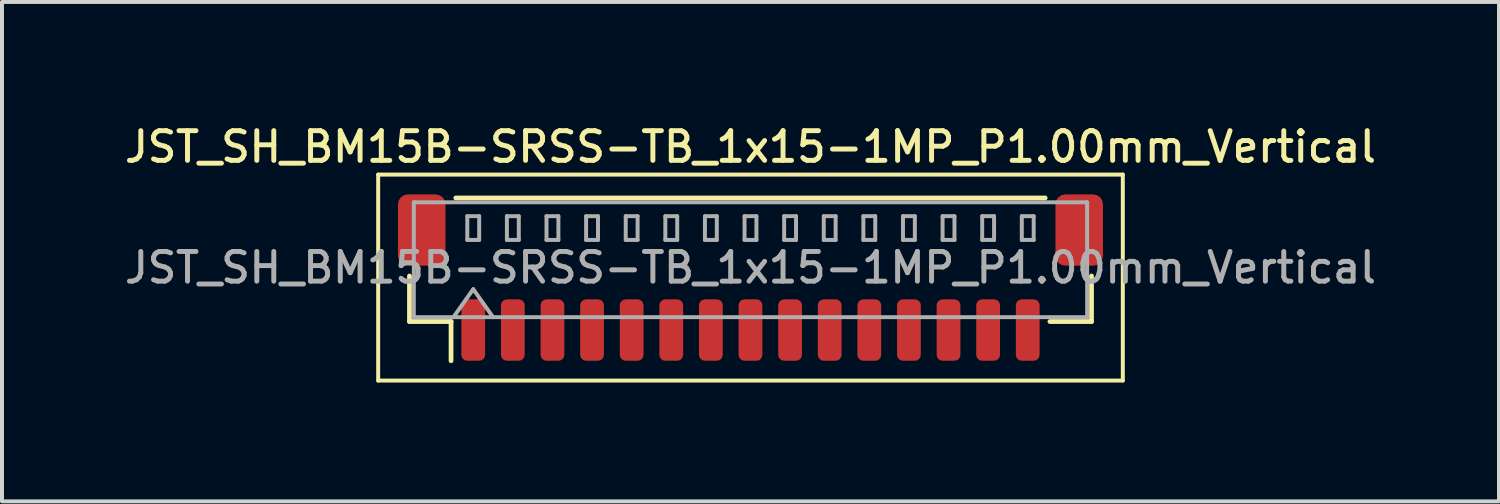
<source format=kicad_pcb>
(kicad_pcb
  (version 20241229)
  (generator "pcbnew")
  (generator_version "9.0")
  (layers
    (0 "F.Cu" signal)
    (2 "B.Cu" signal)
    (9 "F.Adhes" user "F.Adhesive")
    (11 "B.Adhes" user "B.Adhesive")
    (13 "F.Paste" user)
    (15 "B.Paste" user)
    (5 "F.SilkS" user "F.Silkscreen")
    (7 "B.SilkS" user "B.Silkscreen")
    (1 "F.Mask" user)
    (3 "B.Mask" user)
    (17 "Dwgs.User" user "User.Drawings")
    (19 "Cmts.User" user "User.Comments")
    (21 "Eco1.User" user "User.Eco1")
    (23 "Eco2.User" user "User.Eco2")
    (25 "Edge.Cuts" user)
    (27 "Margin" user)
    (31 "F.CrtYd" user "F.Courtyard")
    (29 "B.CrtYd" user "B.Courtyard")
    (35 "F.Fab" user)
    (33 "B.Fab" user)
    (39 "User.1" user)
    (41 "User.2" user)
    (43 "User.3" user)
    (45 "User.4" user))
  (footprint "JST_SH_BM15B-SRSS-TB_1x15-1MP_P1.00mm_Vertical"
    (layer "F.Cu")
    (at 15.898 3.958)
    (property "Reference" "JST_SH_BM15B-SRSS-TB_1x15-1MP_P1.00mm_Vertical" (at 0 -3.3 0) (layer "F.SilkS") (effects (font (size 0.75 0.75) (thickness 0.125))))
    (attr smd)
    (fp_line (start -9.4 -2.6) (end -9.4 2.6) (stroke (width 0.1) (type solid)) (layer "F.SilkS"))
    (fp_line (start -9.4 2.6) (end 9.4 2.6) (stroke (width 0.1) (type solid)) (layer "F.SilkS"))
    (fp_line (start -8.61 -0.04) (end -8.61 1.11) (stroke (width 0.12) (type solid)) (layer "F.SilkS"))
    (fp_line (start -8.61 1.11) (end -7.56 1.11) (stroke (width 0.12) (type solid)) (layer "F.SilkS"))
    (fp_line (start -7.56 1.11) (end -7.56 2.1) (stroke (width 0.12) (type solid)) (layer "F.SilkS"))
    (fp_line (start -7.44 -2.01) (end 7.44 -2.01) (stroke (width 0.12) (type solid)) (layer "F.SilkS"))
    (fp_line (start 8.61 -0.04) (end 8.61 1.11) (stroke (width 0.12) (type solid)) (layer "F.SilkS"))
    (fp_line (start 8.61 1.11) (end 7.56 1.11) (stroke (width 0.12) (type solid)) (layer "F.SilkS"))
    (fp_line (start 9.4 -2.6) (end -9.4 -2.6) (stroke (width 0.1) (type solid)) (layer "F.SilkS"))
    (fp_line (start 9.4 2.6) (end 9.4 -2.6) (stroke (width 0.1) (type solid)) (layer "F.SilkS"))
    (fp_line (start -8.5 -1.9) (end 8.5 -1.9) (stroke (width 0.1) (type solid)) (layer "F.Fab"))
    (fp_line (start -8.5 1) (end -8.5 -1.9) (stroke (width 0.1) (type solid)) (layer "F.Fab"))
    (fp_line (start -8.5 1) (end 8.5 1) (stroke (width 0.1) (type solid)) (layer "F.Fab"))
    (fp_line (start -7.5 1) (end -7 0.293) (stroke (width 0.1) (type solid)) (layer "F.Fab"))
    (fp_line (start -7.15 -1.55) (end -7.15 -0.95) (stroke (width 0.1) (type solid)) (layer "F.Fab"))
    (fp_line (start -7.15 -0.95) (end -6.85 -0.95) (stroke (width 0.1) (type solid)) (layer "F.Fab"))
    (fp_line (start -7 0.293) (end -6.5 1) (stroke (width 0.1) (type solid)) (layer "F.Fab"))
    (fp_line (start -6.85 -1.55) (end -7.15 -1.55) (stroke (width 0.1) (type solid)) (layer "F.Fab"))
    (fp_line (start -6.85 -0.95) (end -6.85 -1.55) (stroke (width 0.1) (type solid)) (layer "F.Fab"))
    (fp_line (start -6.15 -1.55) (end -6.15 -0.95) (stroke (width 0.1) (type solid)) (layer "F.Fab"))
    (fp_line (start -6.15 -0.95) (end -5.85 -0.95) (stroke (width 0.1) (type solid)) (layer "F.Fab"))
    (fp_line (start -5.85 -1.55) (end -6.15 -1.55) (stroke (width 0.1) (type solid)) (layer "F.Fab"))
    (fp_line (start -5.85 -0.95) (end -5.85 -1.55) (stroke (width 0.1) (type solid)) (layer "F.Fab"))
    (fp_line (start -5.15 -1.55) (end -5.15 -0.95) (stroke (width 0.1) (type solid)) (layer "F.Fab"))
    (fp_line (start -5.15 -0.95) (end -4.85 -0.95) (stroke (width 0.1) (type solid)) (layer "F.Fab"))
    (fp_line (start -4.85 -1.55) (end -5.15 -1.55) (stroke (width 0.1) (type solid)) (layer "F.Fab"))
    (fp_line (start -4.85 -0.95) (end -4.85 -1.55) (stroke (width 0.1) (type solid)) (layer "F.Fab"))
    (fp_line (start -4.15 -1.55) (end -4.15 -0.95) (stroke (width 0.1) (type solid)) (layer "F.Fab"))
    (fp_line (start -4.15 -0.95) (end -3.85 -0.95) (stroke (width 0.1) (type solid)) (layer "F.Fab"))
    (fp_line (start -3.85 -1.55) (end -4.15 -1.55) (stroke (width 0.1) (type solid)) (layer "F.Fab"))
    (fp_line (start -3.85 -0.95) (end -3.85 -1.55) (stroke (width 0.1) (type solid)) (layer "F.Fab"))
    (fp_line (start -3.15 -1.55) (end -3.15 -0.95) (stroke (width 0.1) (type solid)) (layer "F.Fab"))
    (fp_line (start -3.15 -0.95) (end -2.85 -0.95) (stroke (width 0.1) (type solid)) (layer "F.Fab"))
    (fp_line (start -2.85 -1.55) (end -3.15 -1.55) (stroke (width 0.1) (type solid)) (layer "F.Fab"))
    (fp_line (start -2.85 -0.95) (end -2.85 -1.55) (stroke (width 0.1) (type solid)) (layer "F.Fab"))
    (fp_line (start -2.15 -1.55) (end -2.15 -0.95) (stroke (width 0.1) (type solid)) (layer "F.Fab"))
    (fp_line (start -2.15 -0.95) (end -1.85 -0.95) (stroke (width 0.1) (type solid)) (layer "F.Fab"))
    (fp_line (start -1.85 -1.55) (end -2.15 -1.55) (stroke (width 0.1) (type solid)) (layer "F.Fab"))
    (fp_line (start -1.85 -0.95) (end -1.85 -1.55) (stroke (width 0.1) (type solid)) (layer "F.Fab"))
    (fp_line (start -1.15 -1.55) (end -1.15 -0.95) (stroke (width 0.1) (type solid)) (layer "F.Fab"))
    (fp_line (start -1.15 -0.95) (end -0.85 -0.95) (stroke (width 0.1) (type solid)) (layer "F.Fab"))
    (fp_line (start -0.85 -1.55) (end -1.15 -1.55) (stroke (width 0.1) (type solid)) (layer "F.Fab"))
    (fp_line (start -0.85 -0.95) (end -0.85 -1.55) (stroke (width 0.1) (type solid)) (layer "F.Fab"))
    (fp_line (start -0.15 -1.55) (end -0.15 -0.95) (stroke (width 0.1) (type solid)) (layer "F.Fab"))
    (fp_line (start -0.15 -0.95) (end 0.15 -0.95) (stroke (width 0.1) (type solid)) (layer "F.Fab"))
    (fp_line (start 0.15 -1.55) (end -0.15 -1.55) (stroke (width 0.1) (type solid)) (layer "F.Fab"))
    (fp_line (start 0.15 -0.95) (end 0.15 -1.55) (stroke (width 0.1) (type solid)) (layer "F.Fab"))
    (fp_line (start 0.85 -1.55) (end 0.85 -0.95) (stroke (width 0.1) (type solid)) (layer "F.Fab"))
    (fp_line (start 0.85 -0.95) (end 1.15 -0.95) (stroke (width 0.1) (type solid)) (layer "F.Fab"))
    (fp_line (start 1.15 -1.55) (end 0.85 -1.55) (stroke (width 0.1) (type solid)) (layer "F.Fab"))
    (fp_line (start 1.15 -0.95) (end 1.15 -1.55) (stroke (width 0.1) (type solid)) (layer "F.Fab"))
    (fp_line (start 1.85 -1.55) (end 1.85 -0.95) (stroke (width 0.1) (type solid)) (layer "F.Fab"))
    (fp_line (start 1.85 -0.95) (end 2.15 -0.95) (stroke (width 0.1) (type solid)) (layer "F.Fab"))
    (fp_line (start 2.15 -1.55) (end 1.85 -1.55) (stroke (width 0.1) (type solid)) (layer "F.Fab"))
    (fp_line (start 2.15 -0.95) (end 2.15 -1.55) (stroke (width 0.1) (type solid)) (layer "F.Fab"))
    (fp_line (start 2.85 -1.55) (end 2.85 -0.95) (stroke (width 0.1) (type solid)) (layer "F.Fab"))
    (fp_line (start 2.85 -0.95) (end 3.15 -0.95) (stroke (width 0.1) (type solid)) (layer "F.Fab"))
    (fp_line (start 3.15 -1.55) (end 2.85 -1.55) (stroke (width 0.1) (type solid)) (layer "F.Fab"))
    (fp_line (start 3.15 -0.95) (end 3.15 -1.55) (stroke (width 0.1) (type solid)) (layer "F.Fab"))
    (fp_line (start 3.85 -1.55) (end 3.85 -0.95) (stroke (width 0.1) (type solid)) (layer "F.Fab"))
    (fp_line (start 3.85 -0.95) (end 4.15 -0.95) (stroke (width 0.1) (type solid)) (layer "F.Fab"))
    (fp_line (start 4.15 -1.55) (end 3.85 -1.55) (stroke (width 0.1) (type solid)) (layer "F.Fab"))
    (fp_line (start 4.15 -0.95) (end 4.15 -1.55) (stroke (width 0.1) (type solid)) (layer "F.Fab"))
    (fp_line (start 4.85 -1.55) (end 4.85 -0.95) (stroke (width 0.1) (type solid)) (layer "F.Fab"))
    (fp_line (start 4.85 -0.95) (end 5.15 -0.95) (stroke (width 0.1) (type solid)) (layer "F.Fab"))
    (fp_line (start 5.15 -1.55) (end 4.85 -1.55) (stroke (width 0.1) (type solid)) (layer "F.Fab"))
    (fp_line (start 5.15 -0.95) (end 5.15 -1.55) (stroke (width 0.1) (type solid)) (layer "F.Fab"))
    (fp_line (start 5.85 -1.55) (end 5.85 -0.95) (stroke (width 0.1) (type solid)) (layer "F.Fab"))
    (fp_line (start 5.85 -0.95) (end 6.15 -0.95) (stroke (width 0.1) (type solid)) (layer "F.Fab"))
    (fp_line (start 6.15 -1.55) (end 5.85 -1.55) (stroke (width 0.1) (type solid)) (layer "F.Fab"))
    (fp_line (start 6.15 -0.95) (end 6.15 -1.55) (stroke (width 0.1) (type solid)) (layer "F.Fab"))
    (fp_line (start 6.85 -1.55) (end 6.85 -0.95) (stroke (width 0.1) (type solid)) (layer "F.Fab"))
    (fp_line (start 6.85 -0.95) (end 7.15 -0.95) (stroke (width 0.1) (type solid)) (layer "F.Fab"))
    (fp_line (start 7.15 -1.55) (end 6.85 -1.55) (stroke (width 0.1) (type solid)) (layer "F.Fab"))
    (fp_line (start 7.15 -0.95) (end 7.15 -1.55) (stroke (width 0.1) (type solid)) (layer "F.Fab"))
    (fp_line (start 8.5 1) (end 8.5 -1.9) (stroke (width 0.1) (type solid)) (layer "F.Fab"))
    (fp_text user "${REFERENCE}" (at 0 -0.25 0) (layer "F.Fab") (effects (font (size 0.75 0.75) (thickness 0.125))))
    (pad "1" smd roundrect (at -7 1.325) (size 0.6 1.55) (layers "F.Cu" "F.Mask" "F.Paste") (roundrect_rratio 0.25))
    (pad "2" smd roundrect (at -6 1.325) (size 0.6 1.55) (layers "F.Cu" "F.Mask" "F.Paste") (roundrect_rratio 0.25))
    (pad "3" smd roundrect (at -5 1.325) (size 0.6 1.55) (layers "F.Cu" "F.Mask" "F.Paste") (roundrect_rratio 0.25))
    (pad "4" smd roundrect (at -4 1.325) (size 0.6 1.55) (layers "F.Cu" "F.Mask" "F.Paste") (roundrect_rratio 0.25))
    (pad "5" smd roundrect (at -3 1.325) (size 0.6 1.55) (layers "F.Cu" "F.Mask" "F.Paste") (roundrect_rratio 0.25))
    (pad "6" smd roundrect (at -2 1.325) (size 0.6 1.55) (layers "F.Cu" "F.Mask" "F.Paste") (roundrect_rratio 0.25))
    (pad "7" smd roundrect (at -1 1.325) (size 0.6 1.55) (layers "F.Cu" "F.Mask" "F.Paste") (roundrect_rratio 0.25))
    (pad "8" smd roundrect (at 0 1.325) (size 0.6 1.55) (layers "F.Cu" "F.Mask" "F.Paste") (roundrect_rratio 0.25))
    (pad "9" smd roundrect (at 1 1.325) (size 0.6 1.55) (layers "F.Cu" "F.Mask" "F.Paste") (roundrect_rratio 0.25))
    (pad "10" smd roundrect (at 2 1.325) (size 0.6 1.55) (layers "F.Cu" "F.Mask" "F.Paste") (roundrect_rratio 0.25))
    (pad "11" smd roundrect (at 3 1.325) (size 0.6 1.55) (layers "F.Cu" "F.Mask" "F.Paste") (roundrect_rratio 0.25))
    (pad "12" smd roundrect (at 4 1.325) (size 0.6 1.55) (layers "F.Cu" "F.Mask" "F.Paste") (roundrect_rratio 0.25))
    (pad "13" smd roundrect (at 5 1.325) (size 0.6 1.55) (layers "F.Cu" "F.Mask" "F.Paste") (roundrect_rratio 0.25))
    (pad "14" smd roundrect (at 6 1.325) (size 0.6 1.55) (layers "F.Cu" "F.Mask" "F.Paste") (roundrect_rratio 0.25))
    (pad "15" smd roundrect (at 7 1.325) (size 0.6 1.55) (layers "F.Cu" "F.Mask" "F.Paste") (roundrect_rratio 0.25))
    (pad "MP" smd roundrect (at -8.3 -1.2) (size 1.2 1.8) (layers "F.Cu" "F.Mask" "F.Paste") (roundrect_rratio 0.208))
    (pad "MP" smd roundrect (at 8.3 -1.2) (size 1.2 1.8) (layers "F.Cu" "F.Mask" "F.Paste") (roundrect_rratio 0.208)))
  (gr_rect
    (start -3 -3)
    (end 34.796 9.608)
    (stroke (width 0.1) (type default))
    (fill no)
    (layer "Edge.Cuts")))
</source>
